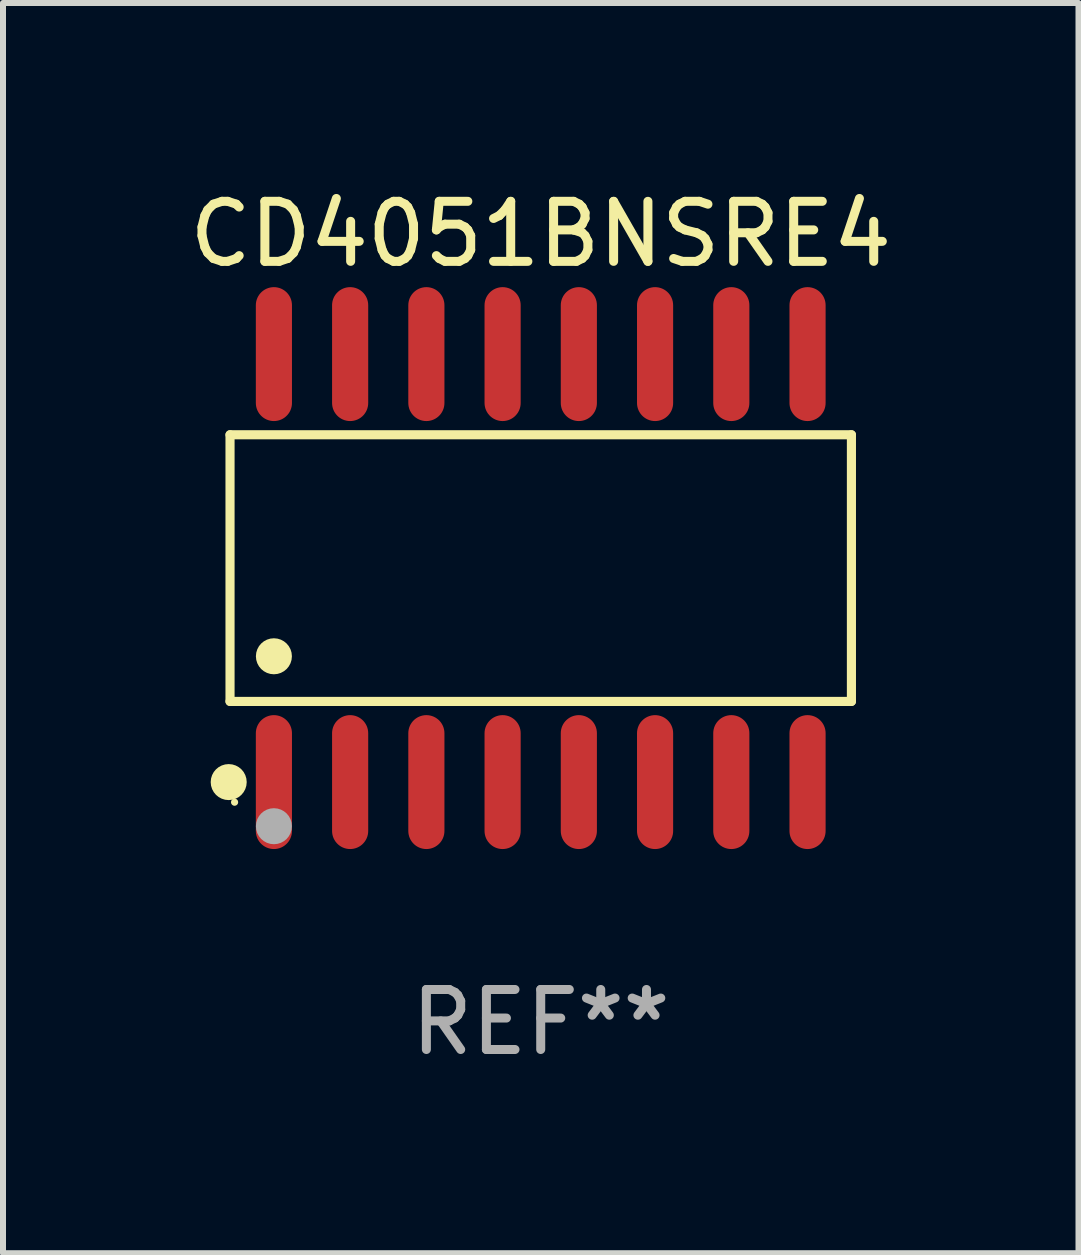
<source format=kicad_pcb>
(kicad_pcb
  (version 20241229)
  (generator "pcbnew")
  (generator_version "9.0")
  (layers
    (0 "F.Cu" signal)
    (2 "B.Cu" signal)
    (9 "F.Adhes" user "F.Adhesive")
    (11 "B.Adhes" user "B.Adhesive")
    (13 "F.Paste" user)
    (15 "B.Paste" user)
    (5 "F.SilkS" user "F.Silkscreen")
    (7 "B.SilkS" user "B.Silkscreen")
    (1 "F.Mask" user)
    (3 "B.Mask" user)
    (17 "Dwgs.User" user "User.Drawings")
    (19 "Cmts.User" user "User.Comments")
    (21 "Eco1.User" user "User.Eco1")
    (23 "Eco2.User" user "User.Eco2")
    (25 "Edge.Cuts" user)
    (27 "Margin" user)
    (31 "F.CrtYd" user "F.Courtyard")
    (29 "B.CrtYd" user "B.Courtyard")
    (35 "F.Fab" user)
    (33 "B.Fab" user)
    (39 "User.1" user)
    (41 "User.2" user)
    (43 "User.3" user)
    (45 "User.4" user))
  (footprint "CD4051BNSRE4"
    (layer "F.Cu")
    (at 5.958 6.414)
    (property "Reference" "CD4051BNSRE4" (at 0 -5.565 0) (layer "F.SilkS") (effects (font (size 1 1) (thickness 0.15))))
    (attr through_hole)
    (fp_line (start -5.176 -2.221) (end 5.176 -2.221) (stroke (width 0.152) (type solid)) (layer "F.SilkS"))
    (fp_line (start -5.176 2.221) (end -5.176 -2.221) (stroke (width 0.152) (type solid)) (layer "F.SilkS"))
    (fp_line (start 5.176 -2.221) (end 5.176 2.221) (stroke (width 0.152) (type solid)) (layer "F.SilkS"))
    (fp_line (start 5.176 2.221) (end -5.176 2.221) (stroke (width 0.152) (type solid)) (layer "F.SilkS"))
    (fp_circle (center -5.198 3.565) (end -5.048 3.565) (stroke (width 0.3) (type solid)) (fill no) (layer "F.SilkS"))
    (fp_circle (center -5.1 3.9) (end -5.07 3.9) (stroke (width 0.06) (type solid)) (fill no) (layer "F.SilkS"))
    (fp_circle (center -4.445 1.469) (end -4.295 1.469) (stroke (width 0.3) (type solid)) (fill no) (layer "F.SilkS"))
    (fp_circle (center -4.445 4.3) (end -4.295 4.3) (stroke (width 0.3) (type solid)) (fill no) (layer "F.Fab"))
    (fp_text user "REF**" (at 0 7.565 0) (layer "F.Fab") (effects (font (size 1 1) (thickness 0.15))))
    (pad "1" smd oval (at -4.445 3.565) (size 0.602 2.231) (layers "F.Cu" "F.Mask" "F.Paste"))
    (pad "2" smd oval (at -3.175 3.565) (size 0.602 2.231) (layers "F.Cu" "F.Mask" "F.Paste"))
    (pad "3" smd oval (at -1.905 3.565) (size 0.602 2.231) (layers "F.Cu" "F.Mask" "F.Paste"))
    (pad "4" smd oval (at -0.635 3.565) (size 0.602 2.231) (layers "F.Cu" "F.Mask" "F.Paste"))
    (pad "5" smd oval (at 0.635 3.565) (size 0.602 2.231) (layers "F.Cu" "F.Mask" "F.Paste"))
    (pad "6" smd oval (at 1.905 3.565) (size 0.602 2.231) (layers "F.Cu" "F.Mask" "F.Paste"))
    (pad "7" smd oval (at 3.175 3.565) (size 0.602 2.231) (layers "F.Cu" "F.Mask" "F.Paste"))
    (pad "8" smd oval (at 4.445 3.565) (size 0.602 2.231) (layers "F.Cu" "F.Mask" "F.Paste"))
    (pad "9" smd oval (at 4.445 -3.565) (size 0.602 2.231) (layers "F.Cu" "F.Mask" "F.Paste"))
    (pad "10" smd oval (at 3.175 -3.565) (size 0.602 2.231) (layers "F.Cu" "F.Mask" "F.Paste"))
    (pad "11" smd oval (at 1.905 -3.565) (size 0.602 2.231) (layers "F.Cu" "F.Mask" "F.Paste"))
    (pad "12" smd oval (at 0.635 -3.565) (size 0.602 2.231) (layers "F.Cu" "F.Mask" "F.Paste"))
    (pad "13" smd oval (at -0.635 -3.565) (size 0.602 2.231) (layers "F.Cu" "F.Mask" "F.Paste"))
    (pad "14" smd oval (at -1.905 -3.565) (size 0.602 2.231) (layers "F.Cu" "F.Mask" "F.Paste"))
    (pad "15" smd oval (at -3.175 -3.565) (size 0.602 2.231) (layers "F.Cu" "F.Mask" "F.Paste"))
    (pad "16" smd oval (at -4.445 -3.565) (size 0.602 2.231) (layers "F.Cu" "F.Mask" "F.Paste")))
  (gr_rect
    (start -3 -3)
    (end 14.917 17.827)
    (stroke (width 0.1) (type default))
    (fill no)
    (layer "Edge.Cuts")))
</source>
